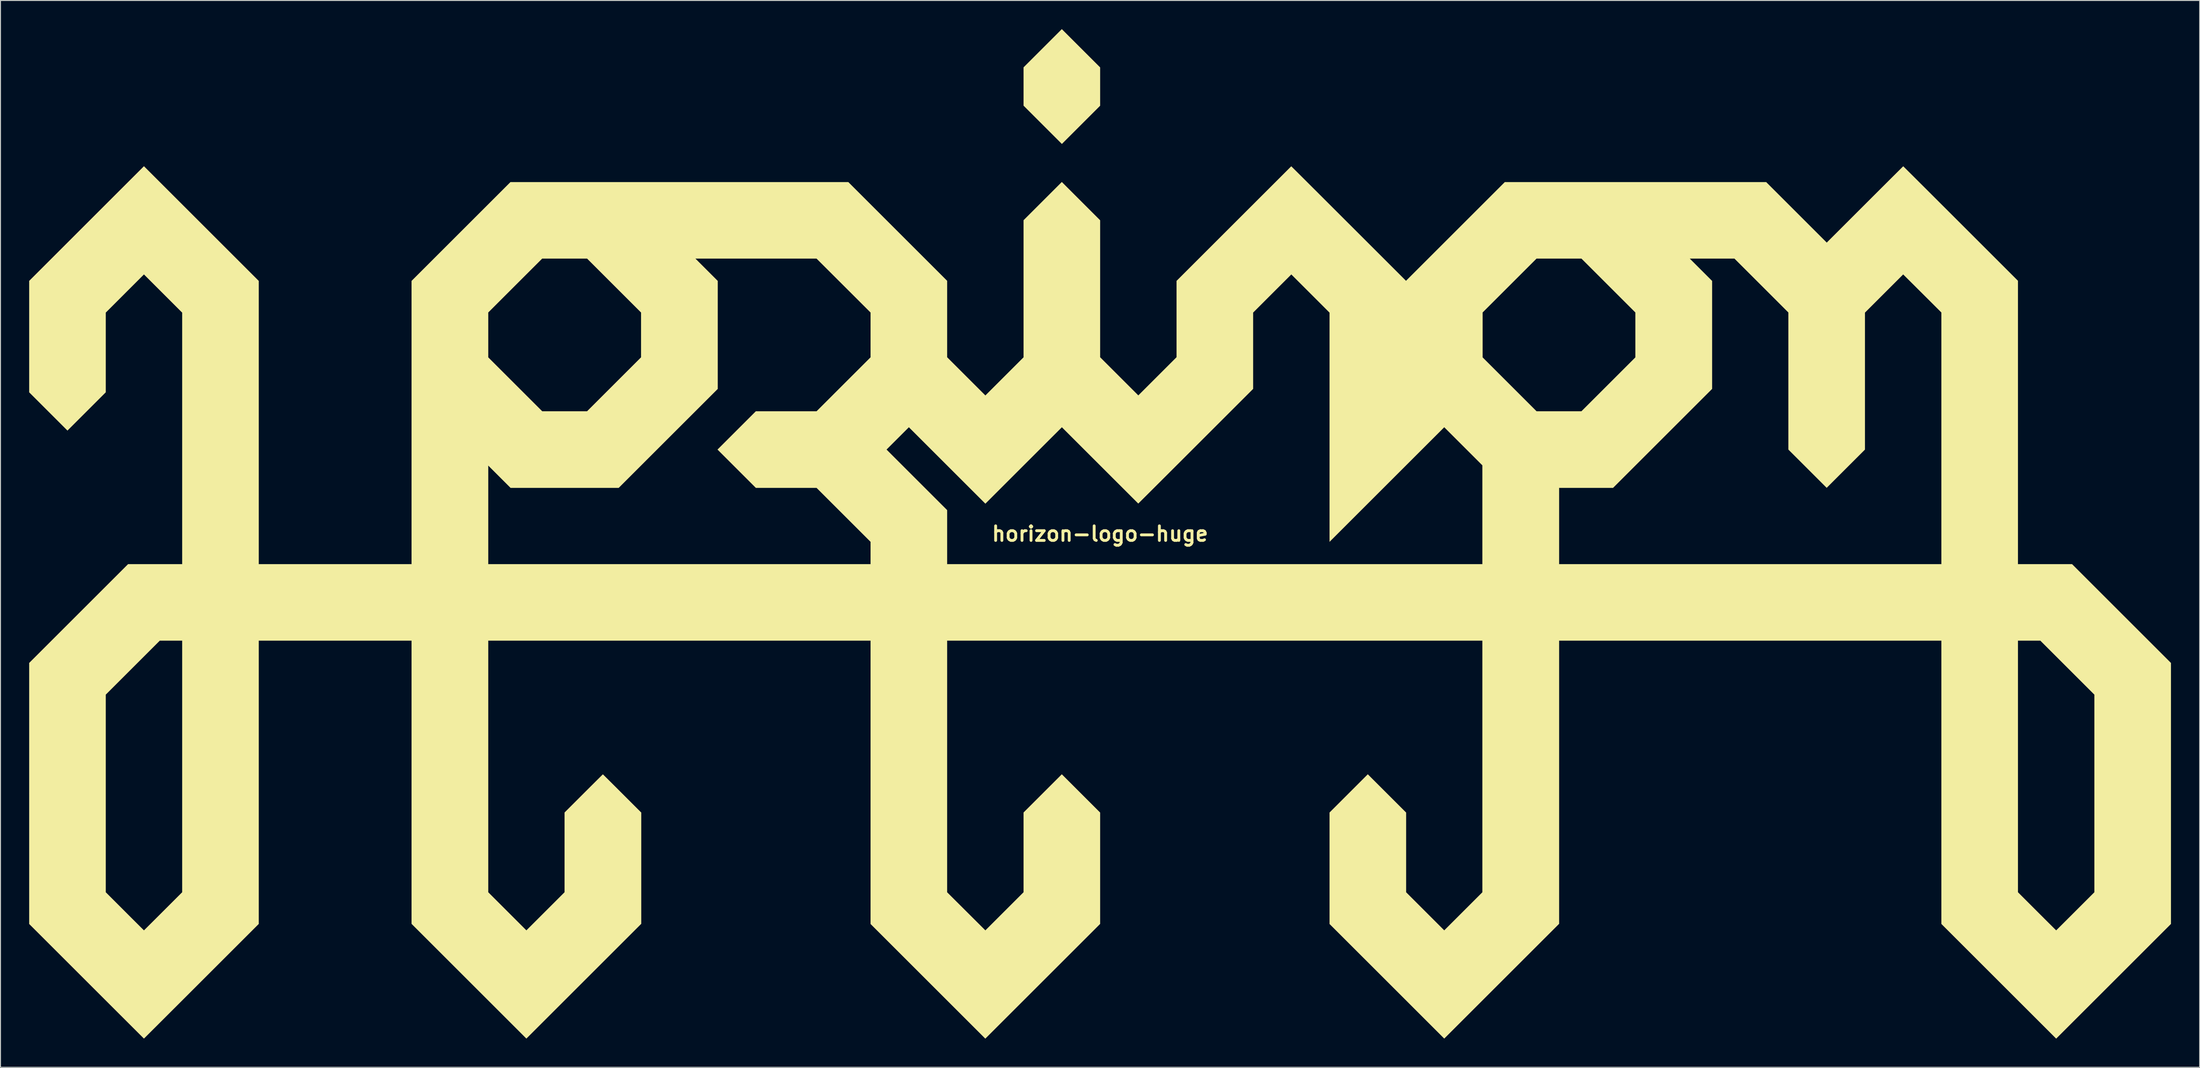
<source format=kicad_pcb>
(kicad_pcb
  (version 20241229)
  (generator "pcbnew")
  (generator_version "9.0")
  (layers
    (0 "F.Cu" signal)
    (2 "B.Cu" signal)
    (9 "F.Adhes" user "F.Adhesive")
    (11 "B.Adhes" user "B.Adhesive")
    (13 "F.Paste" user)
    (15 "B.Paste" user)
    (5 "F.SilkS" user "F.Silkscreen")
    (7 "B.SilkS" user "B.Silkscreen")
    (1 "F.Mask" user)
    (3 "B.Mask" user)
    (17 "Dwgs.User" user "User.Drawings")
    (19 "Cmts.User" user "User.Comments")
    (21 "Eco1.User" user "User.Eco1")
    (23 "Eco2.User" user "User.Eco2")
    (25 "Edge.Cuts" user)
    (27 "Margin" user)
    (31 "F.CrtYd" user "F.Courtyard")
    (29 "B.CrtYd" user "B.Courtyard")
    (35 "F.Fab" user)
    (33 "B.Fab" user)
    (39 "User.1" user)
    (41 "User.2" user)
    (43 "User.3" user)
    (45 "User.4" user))
  (footprint "horizon-logo-huge"
    (layer "F.Cu")
    (at 112.006 52.831)
    (property "Reference" "horizon-logo-huge" (at 0 0 0) (layer "F.SilkS") (effects (font (size 1.524 1.524) (thickness 0.3))))
    (attr through_hole)
    (fp_poly (pts (xy 0 -48.825) (xy 0 -44.812) (xy -1.997 -42.815) (xy -3.994 -40.818) (xy -5.998 -42.821) (xy -8.001 -44.825) (xy -8.001 -48.825) (xy -4 -52.826) (xy 0 -48.825)) (stroke (width 0.01) (type solid)) (fill yes) (layer "F.SilkS"))
    (fp_poly (pts (xy -93.999 -32.474) (xy -87.998 -26.473) (xy -87.998 3.175) (xy -72.009 3.175) (xy -72.009 -7.156) (xy -63.995 -7.156) (xy -63.995 3.175) (xy -24.003 3.175) (xy -24.003 0.832) (xy -26.826 -1.991) (xy -29.648 -4.813) (xy -32.823 -4.813) (xy -35.998 -4.813) (xy -38.002 -6.817) (xy -40.005 -8.82) (xy -40.005 -8.82) (xy -22.339 -8.82) (xy -19.171 -5.651) (xy -16.002 -2.483) (xy -16.002 3.175) (xy 39.992 3.175) (xy 39.992 -4.813) (xy 48.006 -4.813) (xy 48.006 3.175) (xy 87.998 3.175) (xy 87.998 -23.171) (xy 86.516 -24.651) (xy 86.344 -24.822) (xy 86.171 -24.994) (xy 85.999 -25.166) (xy 85.828 -25.336) (xy 85.661 -25.503) (xy 85.498 -25.665) (xy 85.342 -25.821) (xy 85.193 -25.97) (xy 85.053 -26.11) (xy 84.923 -26.239) (xy 84.805 -26.356) (xy 84.7 -26.461) (xy 84.61 -26.55) (xy 84.536 -26.624) (xy 84.515 -26.645) (xy 83.998 -27.159) (xy 79.997 -23.158) (xy 79.997 -8.82) (xy 77.997 -6.82) (xy 75.997 -4.82) (xy 73.997 -6.82) (xy 71.996 -8.82) (xy 71.996 -23.171) (xy 69.174 -25.994) (xy 66.351 -28.816) (xy 64.008 -28.816) (xy 61.665 -28.816) (xy 62.836 -27.645) (xy 64.008 -26.473) (xy 64.008 -15.17) (xy 58.83 -9.992) (xy 53.651 -4.813) (xy 48.006 -4.813) (xy 39.992 -4.813) (xy 39.992 -7.169) (xy 37.995 -9.166) (xy 35.998 -11.163) (xy 24.003 0.832) (xy 24.003 -23.158) (xy 23.99 -23.171) (xy 40.005 -23.171) (xy 40.005 -18.472) (xy 45.65 -12.827) (xy 50.349 -12.827) (xy 53.172 -15.65) (xy 55.994 -18.472) (xy 55.994 -23.171) (xy 53.172 -25.994) (xy 50.349 -28.816) (xy 48 -28.816) (xy 45.65 -28.816) (xy 42.828 -25.994) (xy 40.005 -23.171) (xy 23.99 -23.171) (xy 22.003 -25.159) (xy 20.003 -27.159) (xy 18.002 -25.159) (xy 16.002 -23.158) (xy 16.002 -15.17) (xy 10.002 -9.17) (xy 9.674 -8.842) (xy 9.351 -8.519) (xy 9.033 -8.201) (xy 8.72 -7.888) (xy 8.413 -7.581) (xy 8.112 -7.281) (xy 7.818 -6.987) (xy 7.531 -6.701) (xy 7.252 -6.422) (xy 6.982 -6.151) (xy 6.719 -5.889) (xy 6.466 -5.637) (xy 6.223 -5.393) (xy 5.989 -5.16) (xy 5.766 -4.938) (xy 5.554 -4.726) (xy 5.353 -4.526) (xy 5.164 -4.337) (xy 4.988 -4.161) (xy 4.824 -3.998) (xy 4.674 -3.849) (xy 4.537 -3.712) (xy 4.415 -3.591) (xy 4.307 -3.484) (xy 4.215 -3.392) (xy 4.138 -3.315) (xy 4.077 -3.255) (xy 4.032 -3.211) (xy 4.005 -3.185) (xy 3.995 -3.176) (xy 3.995 -3.176) (xy 3.986 -3.185) (xy 3.959 -3.211) (xy 3.916 -3.255) (xy 3.856 -3.315) (xy 3.78 -3.39) (xy 3.69 -3.481) (xy 3.585 -3.586) (xy 3.466 -3.705) (xy 3.333 -3.837) (xy 3.188 -3.982) (xy 3.031 -4.14) (xy 2.861 -4.309) (xy 2.681 -4.489) (xy 2.49 -4.68) (xy 2.29 -4.88) (xy 2.079 -5.091) (xy 1.86 -5.309) (xy 1.633 -5.537) (xy 1.398 -5.771) (xy 1.156 -6.013) (xy 0.908 -6.262) (xy 0.653 -6.516) (xy 0.394 -6.776) (xy 0.129 -7.041) (xy -0.003 -7.172) (xy -3.994 -11.163) (xy -7.995 -7.163) (xy -11.995 -3.162) (xy -15.996 -7.163) (xy -19.996 -11.163) (xy -22.339 -8.82) (xy -40.005 -8.82) (xy -38.002 -10.824) (xy -35.998 -12.827) (xy -29.648 -12.827) (xy -26.826 -15.65) (xy -24.003 -18.472) (xy -24.003 -23.173) (xy -26.828 -25.995) (xy -29.653 -28.816) (xy -42.335 -28.816) (xy -41.164 -27.645) (xy -39.992 -26.473) (xy -39.992 -15.17) (xy -45.171 -9.992) (xy -50.349 -4.813) (xy -61.652 -4.813) (xy -62.824 -5.985) (xy -63.995 -7.156) (xy -72.009 -7.156) (xy -72.009 -11.649) (xy -72.009 -23.171) (xy -63.995 -23.171) (xy -63.995 -18.472) (xy -58.35 -12.827) (xy -53.651 -12.827) (xy -50.829 -15.65) (xy -48.006 -18.472) (xy -48.006 -23.171) (xy -50.829 -25.994) (xy -53.651 -28.816) (xy -56.001 -28.816) (xy -58.35 -28.816) (xy -61.173 -25.994) (xy -63.995 -23.171) (xy -72.009 -23.171) (xy -72.009 -26.473) (xy -66.837 -31.645) (xy -61.665 -36.817) (xy -43.999 -36.817) (xy -26.333 -36.817) (xy -21.168 -31.652) (xy -16.002 -26.486) (xy -16.002 -22.485) (xy -16.002 -18.485) (xy -13.999 -16.481) (xy -11.995 -14.478) (xy -9.998 -16.475) (xy -8.001 -18.472) (xy -8.001 -25.648) (xy -8.001 -32.823) (xy -6.001 -34.823) (xy -4 -36.824) (xy -2 -34.823) (xy 0 -32.823) (xy 0 -18.485) (xy 2 -16.485) (xy 4 -14.484) (xy 6.001 -16.485) (xy 8.001 -18.485) (xy 8.001 -22.479) (xy 8.001 -26.473) (xy 13.996 -32.468) (xy 14.323 -32.795) (xy 14.646 -33.118) (xy 14.965 -33.436) (xy 15.277 -33.749) (xy 15.584 -34.056) (xy 15.885 -34.356) (xy 16.179 -34.65) (xy 16.465 -34.937) (xy 16.744 -35.216) (xy 17.015 -35.486) (xy 17.277 -35.748) (xy 17.53 -36.001) (xy 17.774 -36.245) (xy 18.007 -36.478) (xy 18.23 -36.701) (xy 18.442 -36.913) (xy 18.642 -37.113) (xy 18.831 -37.302) (xy 19.007 -37.478) (xy 19.171 -37.642) (xy 19.321 -37.792) (xy 19.457 -37.928) (xy 19.58 -38.05) (xy 19.687 -38.158) (xy 19.779 -38.25) (xy 19.856 -38.327) (xy 19.917 -38.387) (xy 19.961 -38.431) (xy 19.988 -38.458) (xy 19.997 -38.468) (xy 19.997 -38.468) (xy 20.006 -38.459) (xy 20.033 -38.433) (xy 20.077 -38.39) (xy 20.137 -38.33) (xy 20.214 -38.254) (xy 20.306 -38.163) (xy 20.413 -38.056) (xy 20.535 -37.935) (xy 20.671 -37.8) (xy 20.821 -37.65) (xy 20.984 -37.488) (xy 21.16 -37.312) (xy 21.349 -37.124) (xy 21.549 -36.924) (xy 21.761 -36.713) (xy 21.983 -36.491) (xy 22.216 -36.258) (xy 22.46 -36.015) (xy 22.713 -35.763) (xy 22.974 -35.501) (xy 23.245 -35.231) (xy 23.524 -34.952) (xy 23.81 -34.666) (xy 24.104 -34.373) (xy 24.404 -34.072) (xy 24.711 -33.766) (xy 25.024 -33.453) (xy 25.342 -33.135) (xy 25.665 -32.812) (xy 25.992 -32.485) (xy 26.001 -32.477) (xy 31.998 -26.48) (xy 42.335 -36.817) (xy 56.001 -36.817) (xy 69.666 -36.817) (xy 72.835 -33.649) (xy 76.003 -30.48) (xy 79.997 -34.474) (xy 80.264 -34.741) (xy 80.527 -35.003) (xy 80.784 -35.261) (xy 81.036 -35.512) (xy 81.281 -35.757) (xy 81.52 -35.996) (xy 81.751 -36.227) (xy 81.975 -36.45) (xy 82.189 -36.664) (xy 82.395 -36.869) (xy 82.591 -37.065) (xy 82.777 -37.25) (xy 82.952 -37.425) (xy 83.116 -37.588) (xy 83.268 -37.739) (xy 83.407 -37.878) (xy 83.533 -38.003) (xy 83.646 -38.115) (xy 83.744 -38.212) (xy 83.827 -38.295) (xy 83.895 -38.362) (xy 83.947 -38.414) (xy 83.983 -38.448) (xy 84.001 -38.466) (xy 84.004 -38.468) (xy 84.014 -38.459) (xy 84.041 -38.433) (xy 84.085 -38.39) (xy 84.146 -38.33) (xy 84.222 -38.253) (xy 84.315 -38.162) (xy 84.422 -38.055) (xy 84.544 -37.933) (xy 84.681 -37.797) (xy 84.831 -37.648) (xy 84.995 -37.485) (xy 85.171 -37.309) (xy 85.36 -37.121) (xy 85.56 -36.921) (xy 85.772 -36.709) (xy 85.995 -36.487) (xy 86.229 -36.254) (xy 86.472 -36.011) (xy 86.725 -35.758) (xy 86.987 -35.496) (xy 87.258 -35.226) (xy 87.537 -34.947) (xy 87.823 -34.661) (xy 88.117 -34.367) (xy 88.418 -34.067) (xy 88.725 -33.76) (xy 89.037 -33.448) (xy 89.355 -33.13) (xy 89.678 -32.807) (xy 90.006 -32.48) (xy 90.008 -32.477) (xy 95.999 -26.486) (xy 95.999 -11.655) (xy 95.999 3.175) (xy 101.657 3.175) (xy 106.829 8.347) (xy 112.001 13.519) (xy 112.001 40.837) (xy 106.001 46.838) (xy 100 52.838) (xy 93.999 46.838) (xy 87.998 40.837) (xy 87.998 11.176) (xy 95.999 11.176) (xy 95.999 37.522) (xy 97.996 39.519) (xy 98.184 39.707) (xy 98.368 39.891) (xy 98.546 40.068) (xy 98.717 40.24) (xy 98.881 40.404) (xy 99.038 40.56) (xy 99.185 40.707) (xy 99.323 40.844) (xy 99.451 40.971) (xy 99.567 41.087) (xy 99.671 41.191) (xy 99.762 41.282) (xy 99.84 41.359) (xy 99.904 41.422) (xy 99.952 41.469) (xy 99.984 41.501) (xy 99.999 41.515) (xy 100 41.516) (xy 100.009 41.507) (xy 100.036 41.481) (xy 100.079 41.439) (xy 100.137 41.381) (xy 100.21 41.309) (xy 100.297 41.222) (xy 100.398 41.122) (xy 100.51 41.01) (xy 100.634 40.887) (xy 100.769 40.752) (xy 100.913 40.608) (xy 101.067 40.455) (xy 101.228 40.293) (xy 101.398 40.124) (xy 101.574 39.949) (xy 101.755 39.767) (xy 101.942 39.581) (xy 102.003 39.519) (xy 104 37.522) (xy 104 16.834) (xy 101.171 14.005) (xy 98.342 11.176) (xy 95.999 11.176) (xy 87.998 11.176) (xy 48.006 11.176) (xy 48.006 40.824) (xy 42.002 46.828) (xy 35.998 52.832) (xy 30.001 46.834) (xy 24.003 40.837) (xy 24.003 35.008) (xy 24.003 29.178) (xy 26.003 27.178) (xy 28.003 25.178) (xy 30.004 27.178) (xy 32.004 29.178) (xy 32.004 33.35) (xy 32.004 37.522) (xy 35.998 41.516) (xy 37.995 39.519) (xy 39.992 37.522) (xy 39.992 11.176) (xy -16.002 11.176) (xy -16.003 24.349) (xy -16.003 37.522) (xy -14 39.519) (xy -11.996 41.517) (xy -9.998 39.519) (xy -8.001 37.522) (xy -8.001 33.35) (xy -8.001 29.178) (xy -6.001 27.178) (xy -4 25.178) (xy -2 27.178) (xy 0 29.178) (xy 0 40.837) (xy -6.001 46.838) (xy -12.002 52.838) (xy -18.002 46.838) (xy -24.003 40.837) (xy -24.003 11.176) (xy -63.995 11.176) (xy -63.995 37.522) (xy -60.001 41.516) (xy -58.004 39.519) (xy -56.007 37.522) (xy -56.007 29.178) (xy -54.01 27.181) (xy -53.822 26.993) (xy -53.638 26.81) (xy -53.46 26.632) (xy -53.289 26.461) (xy -53.124 26.297) (xy -52.968 26.141) (xy -52.82 25.993) (xy -52.681 25.856) (xy -52.554 25.729) (xy -52.437 25.613) (xy -52.332 25.509) (xy -52.24 25.418) (xy -52.162 25.341) (xy -52.098 25.278) (xy -52.05 25.231) (xy -52.017 25.199) (xy -52.001 25.185) (xy -52 25.184) (xy -51.99 25.193) (xy -51.963 25.219) (xy -51.919 25.261) (xy -51.86 25.319) (xy -51.787 25.392) (xy -51.699 25.479) (xy -51.598 25.578) (xy -51.485 25.69) (xy -51.361 25.814) (xy -51.226 25.948) (xy -51.081 26.092) (xy -50.927 26.246) (xy -50.765 26.407) (xy -50.596 26.576) (xy -50.42 26.752) (xy -50.238 26.934) (xy -50.051 27.12) (xy -49.99 27.181) (xy -47.993 29.178) (xy -47.993 40.824) (xy -53.997 46.828) (xy -60.001 52.832) (xy -66.005 46.828) (xy -72.009 40.824) (xy -72.009 11.176) (xy -87.998 11.176) (xy -87.998 40.837) (xy -93.996 46.834) (xy -94.323 47.162) (xy -94.646 47.485) (xy -94.965 47.803) (xy -95.277 48.116) (xy -95.584 48.423) (xy -95.885 48.723) (xy -96.179 49.017) (xy -96.466 49.304) (xy -96.745 49.583) (xy -97.016 49.853) (xy -97.278 50.115) (xy -97.531 50.368) (xy -97.774 50.611) (xy -98.008 50.845) (xy -98.231 51.067) (xy -98.443 51.279) (xy -98.643 51.48) (xy -98.832 51.668) (xy -99.009 51.844) (xy -99.172 52.007) (xy -99.322 52.157) (xy -99.459 52.294) (xy -99.581 52.416) (xy -99.689 52.523) (xy -99.781 52.615) (xy -99.858 52.692) (xy -99.919 52.752) (xy -99.963 52.796) (xy -99.99 52.823) (xy -100 52.832) (xy -100 52.832) (xy -100.009 52.823) (xy -100.036 52.797) (xy -100.08 52.753) (xy -100.14 52.693) (xy -100.216 52.617) (xy -100.308 52.525) (xy -100.416 52.419) (xy -100.538 52.297) (xy -100.674 52.161) (xy -100.824 52.011) (xy -100.987 51.848) (xy -101.163 51.673) (xy -101.351 51.485) (xy -101.552 51.284) (xy -101.763 51.073) (xy -101.986 50.85) (xy -102.219 50.617) (xy -102.463 50.374) (xy -102.715 50.122) (xy -102.977 49.86) (xy -103.248 49.589) (xy -103.527 49.311) (xy -103.813 49.024) (xy -104.107 48.731) (xy -104.408 48.43) (xy -104.714 48.124) (xy -105.027 47.811) (xy -105.345 47.493) (xy -105.668 47.17) (xy -105.995 46.843) (xy -106.004 46.834) (xy -112.001 40.837) (xy -112.001 16.834) (xy -104 16.834) (xy -104 27.178) (xy -104 37.522) (xy -102.003 39.519) (xy -101.815 39.707) (xy -101.632 39.891) (xy -101.454 40.068) (xy -101.283 40.24) (xy -101.118 40.404) (xy -100.962 40.56) (xy -100.814 40.707) (xy -100.677 40.844) (xy -100.549 40.971) (xy -100.433 41.087) (xy -100.329 41.191) (xy -100.237 41.282) (xy -100.159 41.359) (xy -100.096 41.422) (xy -100.048 41.469) (xy -100.016 41.501) (xy -100.001 41.515) (xy -100 41.516) (xy -99.99 41.507) (xy -99.964 41.481) (xy -99.921 41.439) (xy -99.862 41.381) (xy -99.789 41.309) (xy -99.702 41.222) (xy -99.602 41.122) (xy -99.49 41.01) (xy -99.366 40.887) (xy -99.231 40.752) (xy -99.086 40.608) (xy -98.933 40.455) (xy -98.771 40.293) (xy -98.602 40.124) (xy -98.426 39.949) (xy -98.244 39.767) (xy -98.058 39.581) (xy -97.996 39.519) (xy -95.999 37.522) (xy -95.999 11.176) (xy -98.342 11.176) (xy -104 16.834) (xy -112.001 16.834) (xy -112.001 13.519) (xy -106.829 8.347) (xy -101.657 3.175) (xy -95.999 3.175) (xy -95.999 -23.158) (xy -98 -25.159) (xy -100 -27.159) (xy -102 -25.159) (xy -104 -23.158) (xy -104 -14.815) (xy -106.001 -12.814) (xy -108.001 -10.814) (xy -110.001 -12.814) (xy -112.001 -14.815) (xy -112.001 -26.473) (xy -106.001 -32.474) (xy -100 -38.475) (xy -93.999 -32.474)) (stroke (width 0.01) (type solid)) (fill yes) (layer "F.SilkS")))
  (gr_rect
    (start -3 -3)
    (end 227.013 108.674)
    (stroke (width 0.1) (type default))
    (fill no)
    (layer "Edge.Cuts")))
</source>
